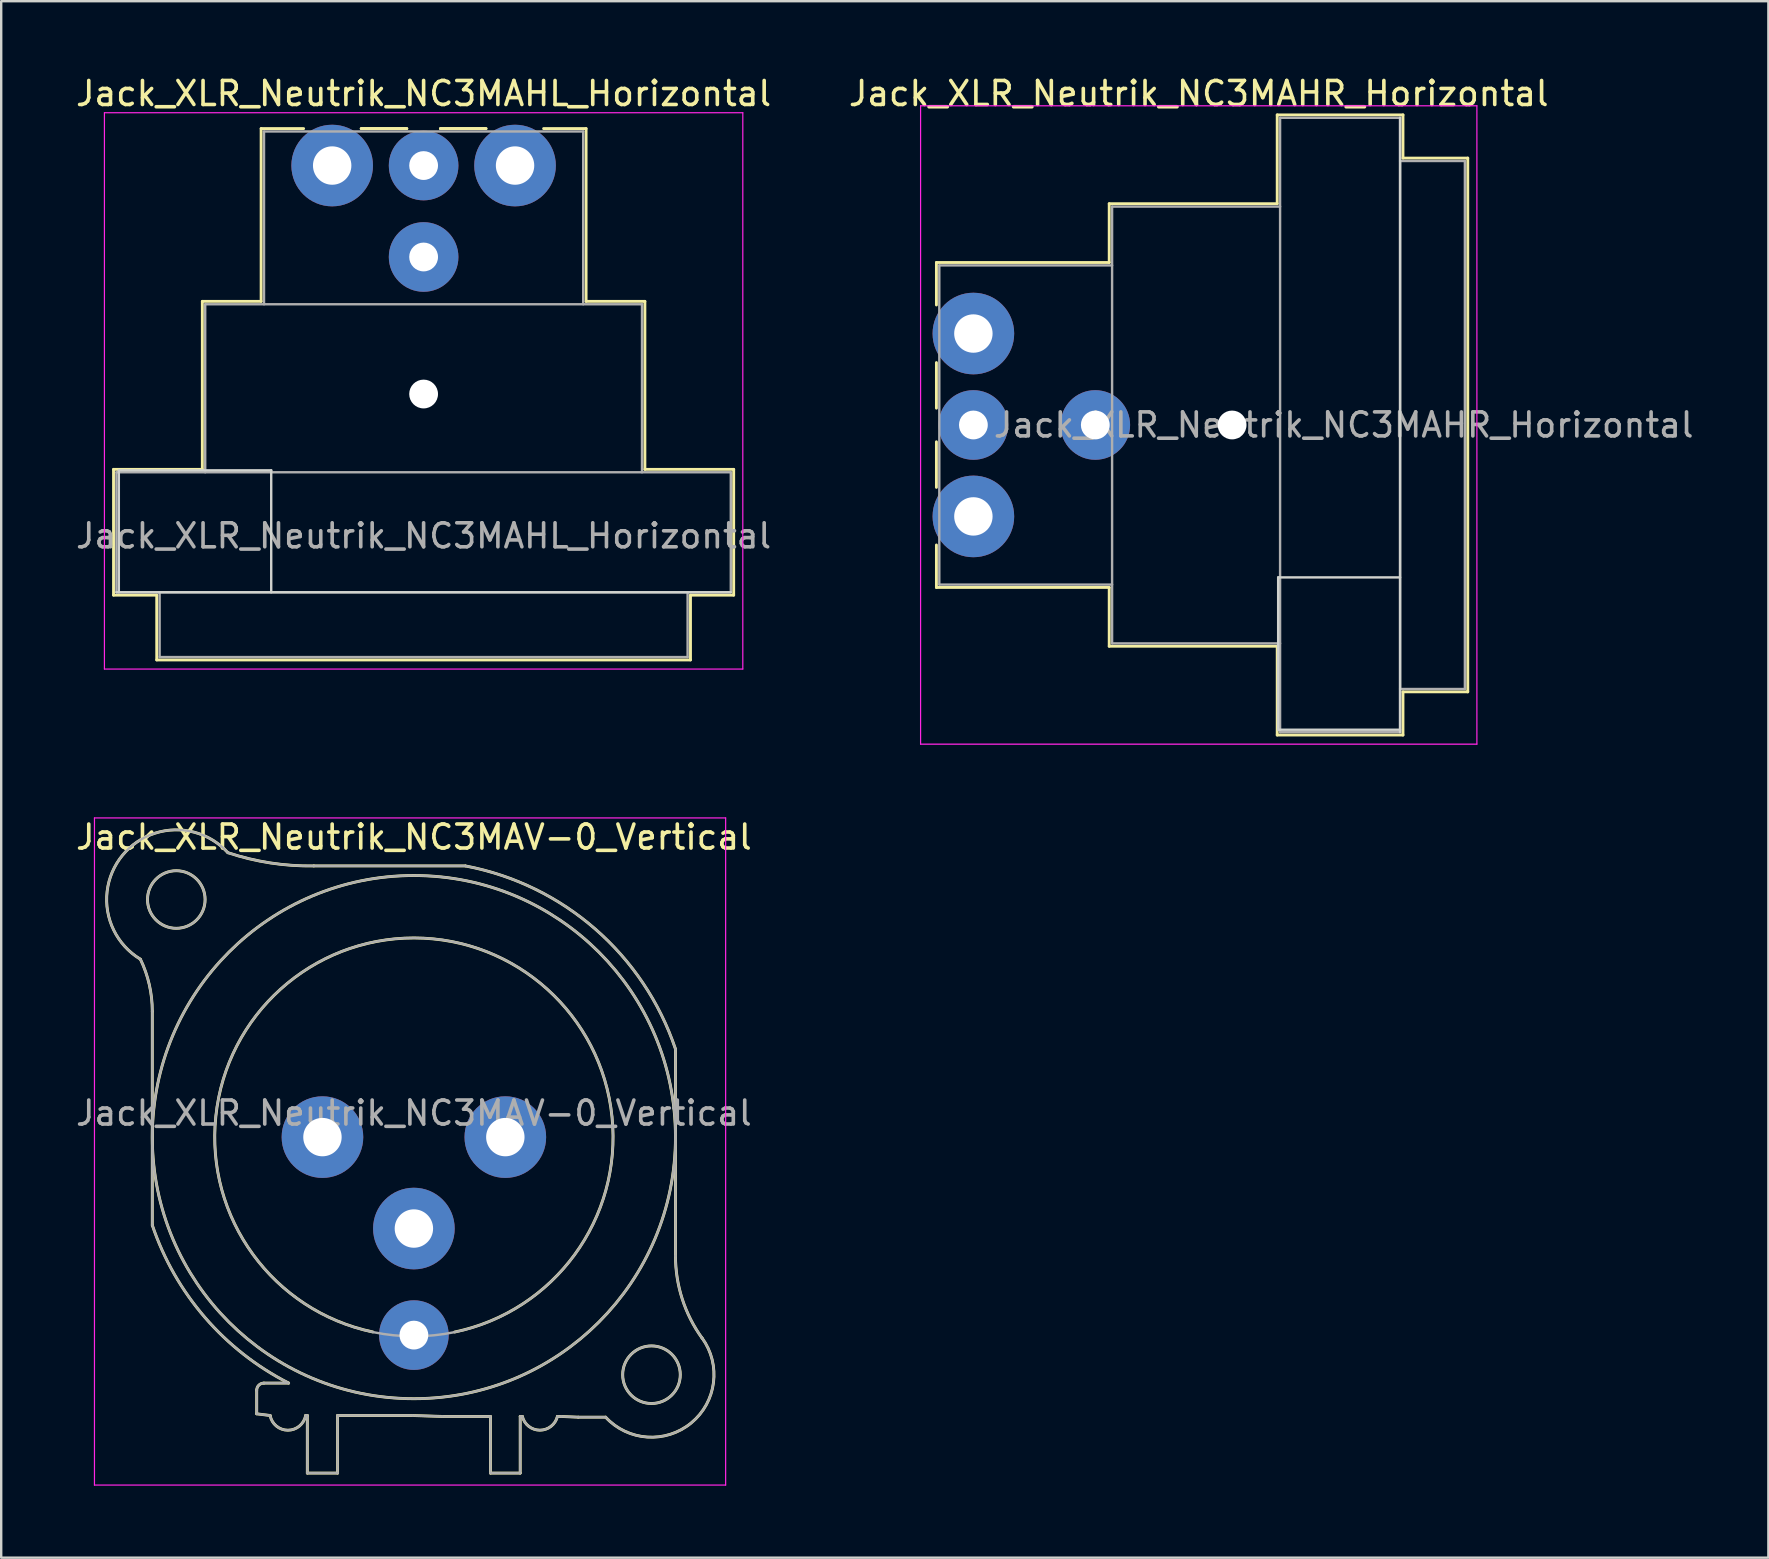
<source format=kicad_pcb>
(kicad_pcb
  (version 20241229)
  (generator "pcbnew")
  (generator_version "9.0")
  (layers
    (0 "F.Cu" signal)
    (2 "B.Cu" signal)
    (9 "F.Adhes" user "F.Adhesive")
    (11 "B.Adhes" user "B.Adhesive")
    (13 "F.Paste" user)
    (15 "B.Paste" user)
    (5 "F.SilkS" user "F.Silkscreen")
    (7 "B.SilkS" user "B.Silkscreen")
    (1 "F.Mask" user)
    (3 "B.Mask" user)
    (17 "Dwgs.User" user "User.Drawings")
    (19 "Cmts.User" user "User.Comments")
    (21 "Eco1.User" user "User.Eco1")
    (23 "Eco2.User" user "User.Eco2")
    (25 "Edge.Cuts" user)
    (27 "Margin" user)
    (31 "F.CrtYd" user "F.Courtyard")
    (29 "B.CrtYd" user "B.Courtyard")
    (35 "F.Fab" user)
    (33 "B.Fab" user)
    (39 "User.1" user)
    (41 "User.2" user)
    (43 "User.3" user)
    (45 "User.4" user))
  (footprint "Jack_XLR_Neutrik_NC3MAHR_Horizontal"
    (layer "F.Cu")
    (at 37.509 10.848)
    (property "Reference" "Jack_XLR_Neutrik_NC3MAHR_Horizontal" (at 9.39 -10 0) (layer "F.SilkS") (effects (font (size 1 1) (thickness 0.15))))
    (attr through_hole)
    (fp_line (start -1.54 -2.96) (end -1.54 -1.19) (stroke (width 0.12) (type solid)) (layer "F.SilkS"))
    (fp_line (start -1.54 3.11) (end -1.54 1.21) (stroke (width 0.12) (type solid)) (layer "F.SilkS"))
    (fp_line (start -1.54 4.51) (end -1.54 6.41) (stroke (width 0.12) (type solid)) (layer "F.SilkS"))
    (fp_line (start -1.54 8.81) (end -1.54 10.58) (stroke (width 0.12) (type solid)) (layer "F.SilkS"))
    (fp_line (start 5.66 -2.96) (end -1.54 -2.96) (stroke (width 0.12) (type solid)) (layer "F.SilkS"))
    (fp_line (start 5.66 -2.96) (end 5.66 -5.41) (stroke (width 0.12) (type solid)) (layer "F.SilkS"))
    (fp_line (start 5.66 10.58) (end -1.54 10.58) (stroke (width 0.12) (type solid)) (layer "F.SilkS"))
    (fp_line (start 5.66 10.58) (end 5.66 13.03) (stroke (width 0.12) (type solid)) (layer "F.SilkS"))
    (fp_line (start 12.66 -5.41) (end 5.66 -5.41) (stroke (width 0.12) (type solid)) (layer "F.SilkS"))
    (fp_line (start 12.66 -5.41) (end 12.66 -9.11) (stroke (width 0.12) (type solid)) (layer "F.SilkS"))
    (fp_line (start 12.66 13.03) (end 5.66 13.03) (stroke (width 0.12) (type solid)) (layer "F.SilkS"))
    (fp_line (start 12.66 16.73) (end 12.66 13.03) (stroke (width 0.12) (type solid)) (layer "F.SilkS"))
    (fp_line (start 17.9 -9.11) (end 12.66 -9.11) (stroke (width 0.12) (type solid)) (layer "F.SilkS"))
    (fp_line (start 17.9 -9.11) (end 17.9 -7.31) (stroke (width 0.12) (type solid)) (layer "F.SilkS"))
    (fp_line (start 17.9 -7.31) (end 20.6 -7.31) (stroke (width 0.12) (type solid)) (layer "F.SilkS"))
    (fp_line (start 17.9 14.93) (end 17.9 16.73) (stroke (width 0.12) (type solid)) (layer "F.SilkS"))
    (fp_line (start 17.9 14.93) (end 20.6 14.93) (stroke (width 0.12) (type solid)) (layer "F.SilkS"))
    (fp_line (start 17.9 16.73) (end 12.66 16.73) (stroke (width 0.12) (type solid)) (layer "F.SilkS"))
    (fp_line (start 20.6 -7.31) (end 20.6 14.93) (stroke (width 0.12) (type solid)) (layer "F.SilkS"))
    (fp_line (start 12.7 10.16) (end 12.7 16.51) (stroke (width 0.1) (type solid)) (layer "Edge.Cuts"))
    (fp_line (start 12.7 16.51) (end 17.78 16.51) (stroke (width 0.1) (type solid)) (layer "Edge.Cuts"))
    (fp_line (start 17.78 -8.99) (end 17.78 16.61) (stroke (width 0.1) (type solid)) (layer "Edge.Cuts"))
    (fp_line (start 17.78 10.16) (end 12.7 10.16) (stroke (width 0.1) (type solid)) (layer "Edge.Cuts"))
    (fp_line (start -2.2 -9.49) (end -2.2 17.11) (stroke (width 0.05) (type solid)) (layer "F.CrtYd"))
    (fp_line (start 20.98 -9.49) (end -2.2 -9.49) (stroke (width 0.05) (type solid)) (layer "F.CrtYd"))
    (fp_line (start 20.98 -9.49) (end 20.98 17.11) (stroke (width 0.05) (type solid)) (layer "F.CrtYd"))
    (fp_line (start 20.98 17.11) (end -2.2 17.11) (stroke (width 0.05) (type solid)) (layer "F.CrtYd"))
    (fp_line (start -1.42 -2.84) (end -1.42 10.46) (stroke (width 0.1) (type solid)) (layer "F.Fab"))
    (fp_line (start 5.78 -2.84) (end -1.42 -2.84) (stroke (width 0.1) (type solid)) (layer "F.Fab"))
    (fp_line (start 5.78 10.46) (end -1.42 10.46) (stroke (width 0.1) (type solid)) (layer "F.Fab"))
    (fp_line (start 5.78 12.91) (end 5.78 -5.29) (stroke (width 0.1) (type solid)) (layer "F.Fab"))
    (fp_line (start 5.78 12.91) (end 12.78 12.91) (stroke (width 0.1) (type solid)) (layer "F.Fab"))
    (fp_line (start 12.78 -8.99) (end 17.78 -8.99) (stroke (width 0.1) (type solid)) (layer "F.Fab"))
    (fp_line (start 12.78 -5.29) (end 5.78 -5.29) (stroke (width 0.1) (type solid)) (layer "F.Fab"))
    (fp_line (start 12.78 16.61) (end 12.78 -8.99) (stroke (width 0.1) (type solid)) (layer "F.Fab"))
    (fp_line (start 17.78 -8.99) (end 17.78 16.61) (stroke (width 0.1) (type solid)) (layer "F.Fab"))
    (fp_line (start 17.78 -7.19) (end 20.48 -7.19) (stroke (width 0.1) (type solid)) (layer "F.Fab"))
    (fp_line (start 17.78 16.61) (end 12.78 16.61) (stroke (width 0.1) (type solid)) (layer "F.Fab"))
    (fp_line (start 20.48 -7.19) (end 20.48 14.81) (stroke (width 0.1) (type solid)) (layer "F.Fab"))
    (fp_line (start 20.48 14.81) (end 17.78 14.81) (stroke (width 0.1) (type solid)) (layer "F.Fab"))
    (fp_text user "${REFERENCE}" (at 15.43 3.81 0) (layer "F.Fab") (effects (font (size 1 1) (thickness 0.15))))
    (pad "" np_thru_hole circle (at 10.78 3.81) (size 1.2 1.2) (drill 1.2) (layers "*.Cu" "*.Mask"))
    (pad "1" thru_hole circle (at 0 0) (size 3.4 3.4) (drill 1.6) (layers "*.Cu" "*.Mask"))
    (pad "2" thru_hole circle (at 0 3.81) (size 2.9 2.9) (drill 1.2) (layers "*.Cu" "*.Mask"))
    (pad "3" thru_hole circle (at 0 7.62) (size 3.4 3.4) (drill 1.6) (layers "*.Cu" "*.Mask"))
    (pad "G" thru_hole circle (at 5.08 3.81) (size 2.9 2.9) (drill 1.2) (layers "*.Cu" "*.Mask")))
  (footprint "Jack_XLR_Neutrik_NC3MAV-0_Vertical"
    (layer "F.Cu")
    (at 10.386 44.331)
    (property "Reference" "Jack_XLR_Neutrik_NC3MAV-0_Vertical" (at 3.81 -12.5 0) (layer "F.SilkS") (effects (font (size 1 1) (thickness 0.15))))
    (attr through_hole)
    (fp_line (start -7.09 3.67) (end -7.09 -5.24) (stroke (width 0.12) (type solid)) (layer "F.SilkS"))
    (fp_line (start -2.74 11.53) (end -2.74 10.55) (stroke (width 0.12) (type solid)) (layer "F.SilkS"))
    (fp_line (start -2.74 11.53) (end -2.18 11.6) (stroke (width 0.12) (type solid)) (layer "F.SilkS"))
    (fp_line (start -1.41 10.25) (end -2.44 10.25) (stroke (width 0.12) (type solid)) (layer "F.SilkS"))
    (fp_line (start -0.7 11.6) (end -0.63 11.6) (stroke (width 0.12) (type solid)) (layer "F.SilkS"))
    (fp_line (start -0.63 11.6) (end -0.63 14) (stroke (width 0.12) (type solid)) (layer "F.SilkS"))
    (fp_line (start 0.63 11.6) (end 0.63 14) (stroke (width 0.12) (type solid)) (layer "F.SilkS"))
    (fp_line (start 0.63 11.6) (end 3.76 11.6) (stroke (width 0.12) (type solid)) (layer "F.SilkS"))
    (fp_line (start 0.63 14) (end -0.63 14) (stroke (width 0.12) (type solid)) (layer "F.SilkS"))
    (fp_line (start 3.76 11.6) (end 5 11.64) (stroke (width 0.12) (type solid)) (layer "F.SilkS"))
    (fp_line (start 5 11.64) (end 7 11.64) (stroke (width 0.12) (type solid)) (layer "F.SilkS"))
    (fp_line (start 5.95 -11.3) (end -0.36 -11.3) (stroke (width 0.12) (type solid)) (layer "F.SilkS"))
    (fp_line (start 7 11.64) (end 7 14) (stroke (width 0.12) (type solid)) (layer "F.SilkS"))
    (fp_line (start 8.24 11.64) (end 8.24 14) (stroke (width 0.12) (type solid)) (layer "F.SilkS"))
    (fp_line (start 8.24 11.64) (end 8.33 11.64) (stroke (width 0.12) (type solid)) (layer "F.SilkS"))
    (fp_line (start 8.24 14) (end 7 14) (stroke (width 0.12) (type solid)) (layer "F.SilkS"))
    (fp_line (start 9.79 11.64) (end 9.96 11.64) (stroke (width 0.12) (type solid)) (layer "F.SilkS"))
    (fp_line (start 9.96 11.64) (end 10.66 11.67) (stroke (width 0.12) (type solid)) (layer "F.SilkS"))
    (fp_line (start 10.66 11.67) (end 11.8 11.67) (stroke (width 0.12) (type solid)) (layer "F.SilkS"))
    (fp_line (start 14.71 -3.67) (end 14.71 4.95) (stroke (width 0.12) (type solid)) (layer "F.SilkS"))
    (fp_arc (start -7.593301 -7.417041) (mid -8.329941 -11.745986) (end -3.94 -11.85) (stroke (width 0.12) (type solid)) (layer "F.SilkS"))
    (fp_arc (start -7.585604 -7.412632) (mid -7.215472 -6.354221) (end -7.09 -5.24) (stroke (width 0.12) (type solid)) (layer "F.SilkS"))
    (fp_arc (start -2.74 10.55) (mid -2.652132 10.337868) (end -2.44 10.25) (stroke (width 0.12) (type solid)) (layer "F.SilkS"))
    (fp_arc (start -1.409988 10.248445) (mid -4.895314 7.51641) (end -7.09 3.67) (stroke (width 0.12) (type solid)) (layer "F.SilkS"))
    (fp_arc (start -0.699936 11.599661) (mid -1.439828 12.213127) (end -2.18 11.6) (stroke (width 0.12) (type solid)) (layer "F.SilkS"))
    (fp_arc (start -0.36 -11.3) (mid -2.1728 -11.424322) (end -3.939109 -11.850762) (stroke (width 0.12) (type solid)) (layer "F.SilkS"))
    (fp_arc (start 2.1 8.12) (mid 3.816114 -8.2981) (end 5.508033 8.122511) (stroke (width 0.12) (type solid)) (layer "F.SilkS"))
    (fp_arc (start 5.963496 -11.297847) (mid 11.369395 -8.668013) (end 14.71 -3.67) (stroke (width 0.12) (type solid)) (layer "F.SilkS"))
    (fp_arc (start 9.789694 11.641238) (mid 9.059362 12.211864) (end 8.33 11.64) (stroke (width 0.12) (type solid)) (layer "F.SilkS"))
    (fp_arc (start 15.815277 8.372002) (mid 14.993173 6.748036) (end 14.71 4.95) (stroke (width 0.12) (type solid)) (layer "F.SilkS"))
    (fp_arc (start 15.818809 8.372281) (mid 15.361853 11.913053) (end 11.8 11.67) (stroke (width 0.12) (type solid)) (layer "F.SilkS"))
    (fp_circle (center -6.09 -9.9) (end -4.89 -9.9) (stroke (width 0.12) (type solid)) (fill no) (layer "F.SilkS"))
    (fp_circle (center 3.81 0) (end 14.71 0) (stroke (width 0.12) (type solid)) (fill no) (layer "F.SilkS"))
    (fp_circle (center 13.71 9.9) (end 14.91 9.9) (stroke (width 0.12) (type solid)) (fill no) (layer "F.SilkS"))
    (fp_line (start -9.5 -13.3) (end 16.8 -13.3) (stroke (width 0.05) (type solid)) (layer "F.CrtYd"))
    (fp_line (start -9.5 14.5) (end -9.5 -13.3) (stroke (width 0.05) (type solid)) (layer "F.CrtYd"))
    (fp_line (start 16.8 -13.3) (end 16.8 14.5) (stroke (width 0.05) (type solid)) (layer "F.CrtYd"))
    (fp_line (start 16.8 14.5) (end -9.5 14.5) (stroke (width 0.05) (type solid)) (layer "F.CrtYd"))
    (fp_line (start -7.09 3.67) (end -7.09 -5.24) (stroke (width 0.1) (type solid)) (layer "F.Fab"))
    (fp_line (start -2.74 11.53) (end -2.74 10.55) (stroke (width 0.1) (type solid)) (layer "F.Fab"))
    (fp_line (start -2.74 11.53) (end -2.18 11.6) (stroke (width 0.1) (type solid)) (layer "F.Fab"))
    (fp_line (start -1.41 10.25) (end -2.44 10.25) (stroke (width 0.1) (type solid)) (layer "F.Fab"))
    (fp_line (start -0.7 11.6) (end -0.63 11.6) (stroke (width 0.1) (type solid)) (layer "F.Fab"))
    (fp_line (start -0.63 11.6) (end -0.63 14) (stroke (width 0.1) (type solid)) (layer "F.Fab"))
    (fp_line (start 0.63 11.6) (end 0.63 14) (stroke (width 0.1) (type solid)) (layer "F.Fab"))
    (fp_line (start 0.63 11.6) (end 3.76 11.6) (stroke (width 0.1) (type solid)) (layer "F.Fab"))
    (fp_line (start 0.63 14) (end -0.63 14) (stroke (width 0.1) (type solid)) (layer "F.Fab"))
    (fp_line (start 3.76 11.6) (end 5 11.64) (stroke (width 0.1) (type solid)) (layer "F.Fab"))
    (fp_line (start 5 11.64) (end 7 11.64) (stroke (width 0.1) (type solid)) (layer "F.Fab"))
    (fp_line (start 5.95 -11.3) (end -0.36 -11.3) (stroke (width 0.1) (type solid)) (layer "F.Fab"))
    (fp_line (start 7 11.64) (end 7 14) (stroke (width 0.1) (type solid)) (layer "F.Fab"))
    (fp_line (start 8.24 11.64) (end 8.24 14) (stroke (width 0.1) (type solid)) (layer "F.Fab"))
    (fp_line (start 8.24 11.64) (end 8.33 11.64) (stroke (width 0.1) (type solid)) (layer "F.Fab"))
    (fp_line (start 8.24 14) (end 7 14) (stroke (width 0.1) (type solid)) (layer "F.Fab"))
    (fp_line (start 9.79 11.64) (end 9.96 11.64) (stroke (width 0.1) (type solid)) (layer "F.Fab"))
    (fp_line (start 9.96 11.64) (end 10.66 11.67) (stroke (width 0.1) (type solid)) (layer "F.Fab"))
    (fp_line (start 10.66 11.67) (end 11.8 11.67) (stroke (width 0.1) (type solid)) (layer "F.Fab"))
    (fp_line (start 14.71 -3.67) (end 14.71 4.95) (stroke (width 0.1) (type solid)) (layer "F.Fab"))
    (fp_arc (start -7.593301 -7.417041) (mid -8.329941 -11.745986) (end -3.94 -11.85) (stroke (width 0.1) (type solid)) (layer "F.Fab"))
    (fp_arc (start -7.585604 -7.412632) (mid -7.215472 -6.354221) (end -7.09 -5.24) (stroke (width 0.1) (type solid)) (layer "F.Fab"))
    (fp_arc (start -2.74 10.55) (mid -2.652132 10.337868) (end -2.44 10.25) (stroke (width 0.1) (type solid)) (layer "F.Fab"))
    (fp_arc (start -1.409988 10.248445) (mid -4.895314 7.51641) (end -7.09 3.67) (stroke (width 0.1) (type solid)) (layer "F.Fab"))
    (fp_arc (start -0.699936 11.599661) (mid -1.439828 12.213127) (end -2.18 11.6) (stroke (width 0.1) (type solid)) (layer "F.Fab"))
    (fp_arc (start -0.36 -11.3) (mid -2.1728 -11.424322) (end -3.939109 -11.850762) (stroke (width 0.1) (type solid)) (layer "F.Fab"))
    (fp_arc (start 5.963496 -11.297847) (mid 11.369395 -8.668013) (end 14.71 -3.67) (stroke (width 0.1) (type solid)) (layer "F.Fab"))
    (fp_arc (start 9.789694 11.641238) (mid 9.059362 12.211864) (end 8.33 11.64) (stroke (width 0.1) (type solid)) (layer "F.Fab"))
    (fp_arc (start 15.815277 8.372002) (mid 14.993173 6.748036) (end 14.71 4.95) (stroke (width 0.1) (type solid)) (layer "F.Fab"))
    (fp_arc (start 15.818809 8.372281) (mid 15.361853 11.913053) (end 11.8 11.67) (stroke (width 0.1) (type solid)) (layer "F.Fab"))
    (fp_circle (center -6.09 -9.9) (end -4.89 -9.9) (stroke (width 0.1) (type solid)) (fill no) (layer "F.Fab"))
    (fp_circle (center 3.81 0) (end 12.11 0) (stroke (width 0.1) (type solid)) (fill no) (layer "F.Fab"))
    (fp_circle (center 3.81 0) (end 14.71 0) (stroke (width 0.1) (type solid)) (fill no) (layer "F.Fab"))
    (fp_circle (center 13.71 9.9) (end 14.91 9.9) (stroke (width 0.1) (type solid)) (fill no) (layer "F.Fab"))
    (fp_text user "${REFERENCE}" (at 3.81 -1 0) (layer "F.Fab") (effects (font (size 1 1) (thickness 0.15))))
    (pad "1" thru_hole circle (at 0 0) (size 3.4 3.4) (drill 1.6) (layers "*.Cu" "*.Mask"))
    (pad "2" thru_hole circle (at 7.62 0) (size 3.4 3.4) (drill 1.6) (layers "*.Cu" "*.Mask"))
    (pad "3" thru_hole circle (at 3.81 3.81) (size 3.4 3.4) (drill 1.6) (layers "*.Cu" "*.Mask"))
    (pad "G" thru_hole circle (at 3.81 8.25) (size 2.9 2.9) (drill 1.2) (layers "*.Cu" "*.Mask")))
  (footprint "Jack_XLR_Neutrik_NC3MAHL_Horizontal"
    (layer "F.Cu")
    (at 14.601 3.848)
    (property "Reference" "Jack_XLR_Neutrik_NC3MAHL_Horizontal" (at 0 -3 0) (layer "F.SilkS") (effects (font (size 1 1) (thickness 0.15))))
    (attr through_hole)
    (fp_line (start -12.92 12.66) (end -9.22 12.66) (stroke (width 0.12) (type solid)) (layer "F.SilkS"))
    (fp_line (start -12.92 17.9) (end -12.92 12.66) (stroke (width 0.12) (type solid)) (layer "F.SilkS"))
    (fp_line (start -11.12 17.9) (end -12.92 17.9) (stroke (width 0.12) (type solid)) (layer "F.SilkS"))
    (fp_line (start -11.12 17.9) (end -11.12 20.6) (stroke (width 0.12) (type solid)) (layer "F.SilkS"))
    (fp_line (start -9.22 12.66) (end -9.22 5.66) (stroke (width 0.12) (type solid)) (layer "F.SilkS"))
    (fp_line (start -6.77 5.66) (end -9.22 5.66) (stroke (width 0.12) (type solid)) (layer "F.SilkS"))
    (fp_line (start -6.77 5.66) (end -6.77 -1.54) (stroke (width 0.12) (type solid)) (layer "F.SilkS"))
    (fp_line (start -5 -1.54) (end -6.77 -1.54) (stroke (width 0.12) (type solid)) (layer "F.SilkS"))
    (fp_line (start -0.7 -1.54) (end -2.6 -1.54) (stroke (width 0.12) (type solid)) (layer "F.SilkS"))
    (fp_line (start -0.7 -1.54) (end -2.6 -1.54) (stroke (width 0.12) (type solid)) (layer "F.SilkS"))
    (fp_line (start 0.7 -1.54) (end 2.6 -1.54) (stroke (width 0.12) (type solid)) (layer "F.SilkS"))
    (fp_line (start 0.7 -1.54) (end 2.6 -1.54) (stroke (width 0.12) (type solid)) (layer "F.SilkS"))
    (fp_line (start 6.77 -1.54) (end 5 -1.54) (stroke (width 0.12) (type solid)) (layer "F.SilkS"))
    (fp_line (start 6.77 5.66) (end 6.77 -1.54) (stroke (width 0.12) (type solid)) (layer "F.SilkS"))
    (fp_line (start 6.77 5.66) (end 9.22 5.66) (stroke (width 0.12) (type solid)) (layer "F.SilkS"))
    (fp_line (start 9.22 12.66) (end 9.22 5.66) (stroke (width 0.12) (type solid)) (layer "F.SilkS"))
    (fp_line (start 9.22 12.66) (end 12.92 12.66) (stroke (width 0.12) (type solid)) (layer "F.SilkS"))
    (fp_line (start 11.12 17.9) (end 11.12 20.6) (stroke (width 0.12) (type solid)) (layer "F.SilkS"))
    (fp_line (start 11.12 20.6) (end -11.12 20.6) (stroke (width 0.12) (type solid)) (layer "F.SilkS"))
    (fp_line (start 12.92 17.9) (end 11.12 17.9) (stroke (width 0.12) (type solid)) (layer "F.SilkS"))
    (fp_line (start 12.92 17.9) (end 12.92 12.66) (stroke (width 0.12) (type solid)) (layer "F.SilkS"))
    (fp_line (start -12.7 12.7) (end -12.7 17.78) (stroke (width 0.1) (type solid)) (layer "Edge.Cuts"))
    (fp_line (start -6.35 12.7) (end -12.7 12.7) (stroke (width 0.1) (type solid)) (layer "Edge.Cuts"))
    (fp_line (start -6.35 17.78) (end -6.35 12.7) (stroke (width 0.1) (type solid)) (layer "Edge.Cuts"))
    (fp_line (start 12.8 17.78) (end -12.8 17.78) (stroke (width 0.1) (type solid)) (layer "Edge.Cuts"))
    (fp_line (start -13.3 20.98) (end -13.3 -2.2) (stroke (width 0.05) (type solid)) (layer "F.CrtYd"))
    (fp_line (start 13.3 -2.2) (end -13.3 -2.2) (stroke (width 0.05) (type solid)) (layer "F.CrtYd"))
    (fp_line (start 13.3 20.98) (end -13.3 20.98) (stroke (width 0.05) (type solid)) (layer "F.CrtYd"))
    (fp_line (start 13.3 20.98) (end 13.3 -2.2) (stroke (width 0.05) (type solid)) (layer "F.CrtYd"))
    (fp_line (start -12.8 12.78) (end 12.8 12.78) (stroke (width 0.1) (type solid)) (layer "F.Fab"))
    (fp_line (start -12.8 17.78) (end -12.8 12.78) (stroke (width 0.1) (type solid)) (layer "F.Fab"))
    (fp_line (start -11 20.48) (end -11 17.78) (stroke (width 0.1) (type solid)) (layer "F.Fab"))
    (fp_line (start -9.1 5.78) (end -9.1 12.78) (stroke (width 0.1) (type solid)) (layer "F.Fab"))
    (fp_line (start -9.1 5.78) (end 9.1 5.78) (stroke (width 0.1) (type solid)) (layer "F.Fab"))
    (fp_line (start -6.65 5.78) (end -6.65 -1.42) (stroke (width 0.1) (type solid)) (layer "F.Fab"))
    (fp_line (start 6.65 -1.42) (end -6.65 -1.42) (stroke (width 0.1) (type solid)) (layer "F.Fab"))
    (fp_line (start 6.65 5.78) (end 6.65 -1.42) (stroke (width 0.1) (type solid)) (layer "F.Fab"))
    (fp_line (start 9.1 12.78) (end 9.1 5.78) (stroke (width 0.1) (type solid)) (layer "F.Fab"))
    (fp_line (start 11 17.78) (end 11 20.48) (stroke (width 0.1) (type solid)) (layer "F.Fab"))
    (fp_line (start 11 20.48) (end -11 20.48) (stroke (width 0.1) (type solid)) (layer "F.Fab"))
    (fp_line (start 12.8 12.78) (end 12.8 17.78) (stroke (width 0.1) (type solid)) (layer "F.Fab"))
    (fp_line (start 12.8 17.78) (end -12.8 17.78) (stroke (width 0.1) (type solid)) (layer "F.Fab"))
    (fp_text user "${REFERENCE}" (at 0 15.43 0) (layer "F.Fab") (effects (font (size 1 1) (thickness 0.15))))
    (pad "" np_thru_hole circle (at 0 9.52) (size 1.2 1.2) (drill 1.2) (layers "*.Cu" "*.Mask"))
    (pad "1" thru_hole circle (at 0 0) (size 2.9 2.9) (drill 1.2) (layers "*.Cu" "*.Mask"))
    (pad "2" thru_hole circle (at -3.81 0) (size 3.4 3.4) (drill 1.6) (layers "*.Cu" "*.Mask"))
    (pad "3" thru_hole circle (at 3.81 0) (size 3.4 3.4) (drill 1.6) (layers "*.Cu" "*.Mask"))
    (pad "G" thru_hole circle (at 0 3.81) (size 2.9 2.9) (drill 1.2) (layers "*.Cu" "*.Mask")))
  (gr_rect
    (start -3 -3)
    (end 70.635 61.856)
    (stroke (width 0.1) (type default))
    (fill no)
    (layer "Edge.Cuts")))
</source>
